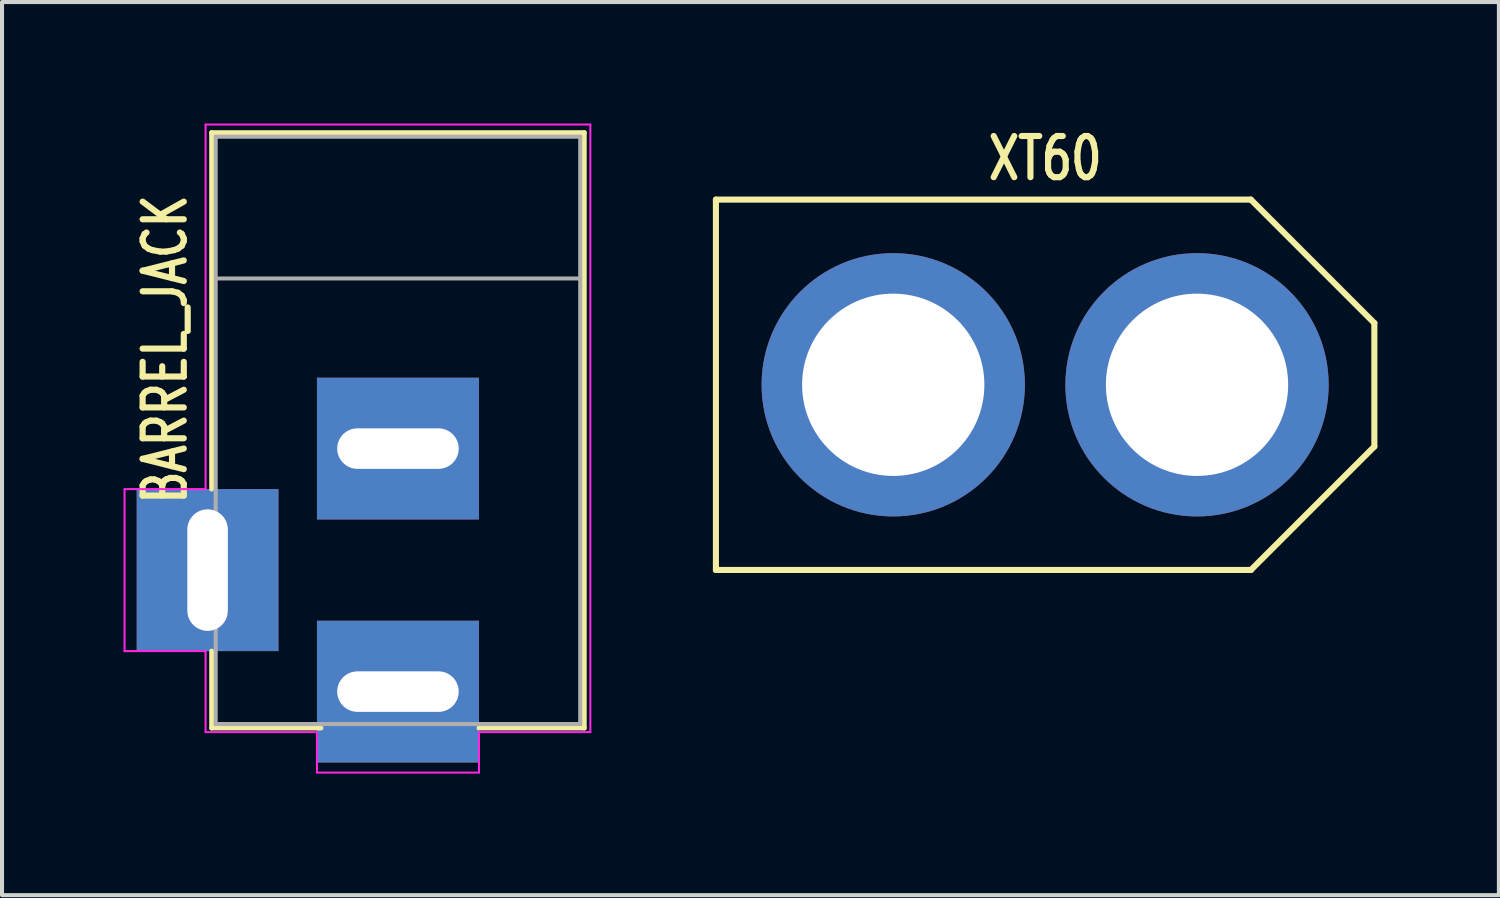
<source format=kicad_pcb>
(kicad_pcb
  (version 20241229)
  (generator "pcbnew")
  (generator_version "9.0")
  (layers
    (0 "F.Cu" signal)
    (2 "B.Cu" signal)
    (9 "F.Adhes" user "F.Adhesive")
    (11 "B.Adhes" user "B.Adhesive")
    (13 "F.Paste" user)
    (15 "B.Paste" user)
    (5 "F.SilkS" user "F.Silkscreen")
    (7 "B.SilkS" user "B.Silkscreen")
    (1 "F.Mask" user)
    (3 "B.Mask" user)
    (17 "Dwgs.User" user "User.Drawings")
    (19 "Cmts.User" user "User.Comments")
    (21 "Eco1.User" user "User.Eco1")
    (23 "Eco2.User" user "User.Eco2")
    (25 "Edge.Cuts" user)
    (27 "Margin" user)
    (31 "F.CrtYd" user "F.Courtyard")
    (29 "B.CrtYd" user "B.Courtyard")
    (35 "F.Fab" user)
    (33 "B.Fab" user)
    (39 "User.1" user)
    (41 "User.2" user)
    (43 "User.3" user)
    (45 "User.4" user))
  (footprint "BARREL_JACK"
    (layer "F.Cu")
    (at 6.775 5.897)
    (property "Reference" "BARREL_JACK" (at -5.75 -0.322 270) (layer "F.SilkS") (effects (font (size 1.016 0.762) (thickness 0.152))))
    (attr through_hole)
    (fp_line (start -4.6 -5.672) (end 4.6 -5.672) (stroke (width 0.12) (type solid)) (layer "F.SilkS"))
    (fp_line (start -4.6 3.128) (end -4.6 -5.672) (stroke (width 0.12) (type solid)) (layer "F.SilkS"))
    (fp_line (start -4.6 9.028) (end -4.6 7.128) (stroke (width 0.12) (type solid)) (layer "F.SilkS"))
    (fp_line (start -1.9 9.028) (end -4.6 9.028) (stroke (width 0.12) (type solid)) (layer "F.SilkS"))
    (fp_line (start 4.6 -5.672) (end 4.6 9.028) (stroke (width 0.12) (type solid)) (layer "F.SilkS"))
    (fp_line (start 4.6 9.028) (end 2 9.028) (stroke (width 0.12) (type solid)) (layer "F.SilkS"))
    (fp_line (start -6.75 3.128) (end -4.75 3.128) (stroke (width 0.05) (type solid)) (layer "F.CrtYd"))
    (fp_line (start -6.75 7.128) (end -6.75 3.128) (stroke (width 0.05) (type solid)) (layer "F.CrtYd"))
    (fp_line (start -4.75 -5.872) (end 4.75 -5.872) (stroke (width 0.05) (type solid)) (layer "F.CrtYd"))
    (fp_line (start -4.75 3.128) (end -4.75 -5.872) (stroke (width 0.05) (type solid)) (layer "F.CrtYd"))
    (fp_line (start -4.75 7.128) (end -6.75 7.128) (stroke (width 0.05) (type solid)) (layer "F.CrtYd"))
    (fp_line (start -4.75 9.128) (end -4.75 7.128) (stroke (width 0.05) (type solid)) (layer "F.CrtYd"))
    (fp_line (start -2 9.128) (end -4.75 9.128) (stroke (width 0.05) (type solid)) (layer "F.CrtYd"))
    (fp_line (start -2 10.128) (end -2 9.128) (stroke (width 0.05) (type solid)) (layer "F.CrtYd"))
    (fp_line (start 2 9.128) (end 2 10.128) (stroke (width 0.05) (type solid)) (layer "F.CrtYd"))
    (fp_line (start 2 10.128) (end -2 10.128) (stroke (width 0.05) (type solid)) (layer "F.CrtYd"))
    (fp_line (start 4.5 9.128) (end 2 9.128) (stroke (width 0.05) (type solid)) (layer "F.CrtYd"))
    (fp_line (start 4.5 9.128) (end 4.75 9.128) (stroke (width 0.05) (type solid)) (layer "F.CrtYd"))
    (fp_line (start 4.75 9.128) (end 4.75 -5.872) (stroke (width 0.05) (type solid)) (layer "F.CrtYd"))
    (fp_line (start -4.5 -5.572) (end -4.5 8.928) (stroke (width 0.1) (type solid)) (layer "F.Fab"))
    (fp_line (start -4.5 8.928) (end 4.5 8.928) (stroke (width 0.1) (type solid)) (layer "F.Fab"))
    (fp_line (start 4.5 -5.572) (end -4.5 -5.572) (stroke (width 0.1) (type solid)) (layer "F.Fab"))
    (fp_line (start 4.5 -2.072) (end -4.5 -2.072) (stroke (width 0.1) (type solid)) (layer "F.Fab"))
    (fp_line (start 4.5 8.928) (end 4.5 -5.572) (stroke (width 0.1) (type solid)) (layer "F.Fab"))
    (pad "1" thru_hole rect (at 0 8.128 270) (size 3.5 4) (drill oval 1 3) (layers "*.Cu" "*.Mask"))
    (pad "2" thru_hole rect (at 0 2.128 270) (size 3.5 4) (drill oval 1 3) (layers "*.Cu" "*.Mask"))
    (pad "3" thru_hole rect (at -4.7 5.128 270) (size 4 3.5) (drill oval 3 1) (layers "*.Cu" "*.Mask")))
  (footprint "XT60"
    (layer "F.Cu")
    (at 22.753 6.45)
    (property "Reference" "XT60" (at 0 -5.588 0) (layer "F.SilkS") (effects (font (size 1.016 0.762) (thickness 0.152))))
    (attr through_hole)
    (fp_line (start -8.128 -4.572) (end -8.128 4.572) (stroke (width 0.15) (type solid)) (layer "F.SilkS"))
    (fp_line (start -8.128 -4.572) (end 5.08 -4.572) (stroke (width 0.15) (type solid)) (layer "F.SilkS"))
    (fp_line (start 5.08 -4.572) (end 8.128 -1.524) (stroke (width 0.15) (type solid)) (layer "F.SilkS"))
    (fp_line (start 5.08 4.572) (end -8.128 4.572) (stroke (width 0.15) (type solid)) (layer "F.SilkS"))
    (fp_line (start 8.128 -1.524) (end 8.128 1.524) (stroke (width 0.15) (type solid)) (layer "F.SilkS"))
    (fp_line (start 8.128 1.524) (end 5.08 4.572) (stroke (width 0.15) (type solid)) (layer "F.SilkS"))
    (pad "1" thru_hole circle (at -3.75 0) (size 6.5 6.5) (drill 4.5) (layers "*.Cu" "*.Mask"))
    (pad "2" thru_hole circle (at 3.75 0) (size 6.5 6.5) (drill 4.5) (layers "*.Cu" "*.Mask")))
  (gr_rect
    (start -3 -3)
    (end 33.956 19.05)
    (stroke (width 0.1) (type default))
    (fill no)
    (layer "Edge.Cuts")))
</source>
